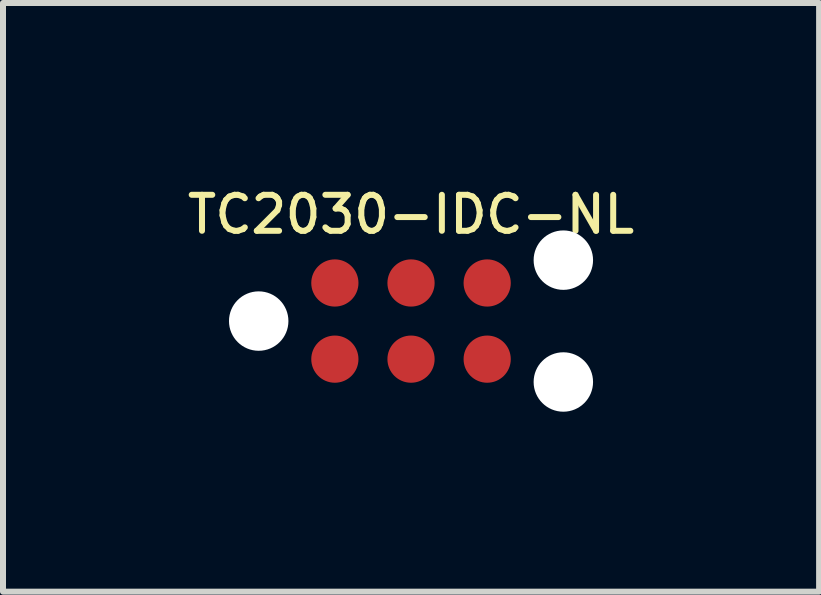
<source format=kicad_pcb>
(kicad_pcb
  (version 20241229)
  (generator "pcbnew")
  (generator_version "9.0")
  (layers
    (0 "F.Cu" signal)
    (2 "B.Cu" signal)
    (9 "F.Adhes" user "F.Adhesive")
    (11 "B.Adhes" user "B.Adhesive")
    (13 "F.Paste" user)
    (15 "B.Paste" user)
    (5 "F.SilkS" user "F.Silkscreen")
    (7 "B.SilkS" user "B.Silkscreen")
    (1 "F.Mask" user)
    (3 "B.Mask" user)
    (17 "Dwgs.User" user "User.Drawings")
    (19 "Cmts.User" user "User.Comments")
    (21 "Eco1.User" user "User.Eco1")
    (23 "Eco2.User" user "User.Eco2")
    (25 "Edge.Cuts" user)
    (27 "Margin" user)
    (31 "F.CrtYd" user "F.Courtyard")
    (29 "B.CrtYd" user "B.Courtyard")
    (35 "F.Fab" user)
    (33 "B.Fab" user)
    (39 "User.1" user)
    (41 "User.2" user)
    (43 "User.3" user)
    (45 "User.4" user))
  (footprint "TC2030-IDC-NL"
    (layer "F.Cu")
    (at 1.264 2.304)
    (property "Reference" "TC2030-IDC-NL" (at 2.54 -1.778 0) (unlocked yes) (layer "F.SilkS") (effects (font (size 0.6 0.6) (thickness 0.1))))
    (attr smd)
    (pad "" np_thru_hole circle (at 0 0) (size 0.991 0.991) (drill 0.991) (layers "*.Cu" "*.Mask"))
    (pad "" np_thru_hole circle (at 5.08 -1.016) (size 0.991 0.991) (drill 0.991) (layers "*.Cu" "*.Mask"))
    (pad "" np_thru_hole circle (at 5.08 1.016) (size 0.991 0.991) (drill 0.991) (layers "*.Cu" "*.Mask"))
    (pad "1" smd circle (at 1.27 0.635) (size 0.787 0.787) (layers "F.Cu" "F.Mask" "F.Paste"))
    (pad "2" smd circle (at 1.27 -0.635) (size 0.787 0.787) (layers "F.Cu" "F.Mask" "F.Paste"))
    (pad "3" smd circle (at 2.54 0.635) (size 0.787 0.787) (layers "F.Cu" "F.Mask" "F.Paste"))
    (pad "4" smd circle (at 2.54 -0.635) (size 0.787 0.787) (layers "F.Cu" "F.Mask" "F.Paste"))
    (pad "5" smd circle (at 3.81 0.635) (size 0.787 0.787) (layers "F.Cu" "F.Mask" "F.Paste"))
    (pad "6" smd circle (at 3.81 -0.635) (size 0.787 0.787) (layers "F.Cu" "F.Mask" "F.Paste"))
    (zone (net_name "") (layers "F.Cu" "B.Cu") (hatch edge 0.508) (connect_pads) (min_thickness 0.254) (filled_areas_thickness no) (keepout (tracks not_allowed) (vias not_allowed) (pads not_allowed) (copperpour not_allowed) (footprints not_allowed)) (placement (enabled no)) (fill) (polygon (pts (xy 5.074 2.939) (xy 2.534 2.939) (xy 2.534 1.669) (xy 5.074 1.669)))))
  (gr_rect
    (start -3 -3)
    (end 10.609 6.816)
    (stroke (width 0.1) (type default))
    (fill no)
    (layer "Edge.Cuts")))
</source>
